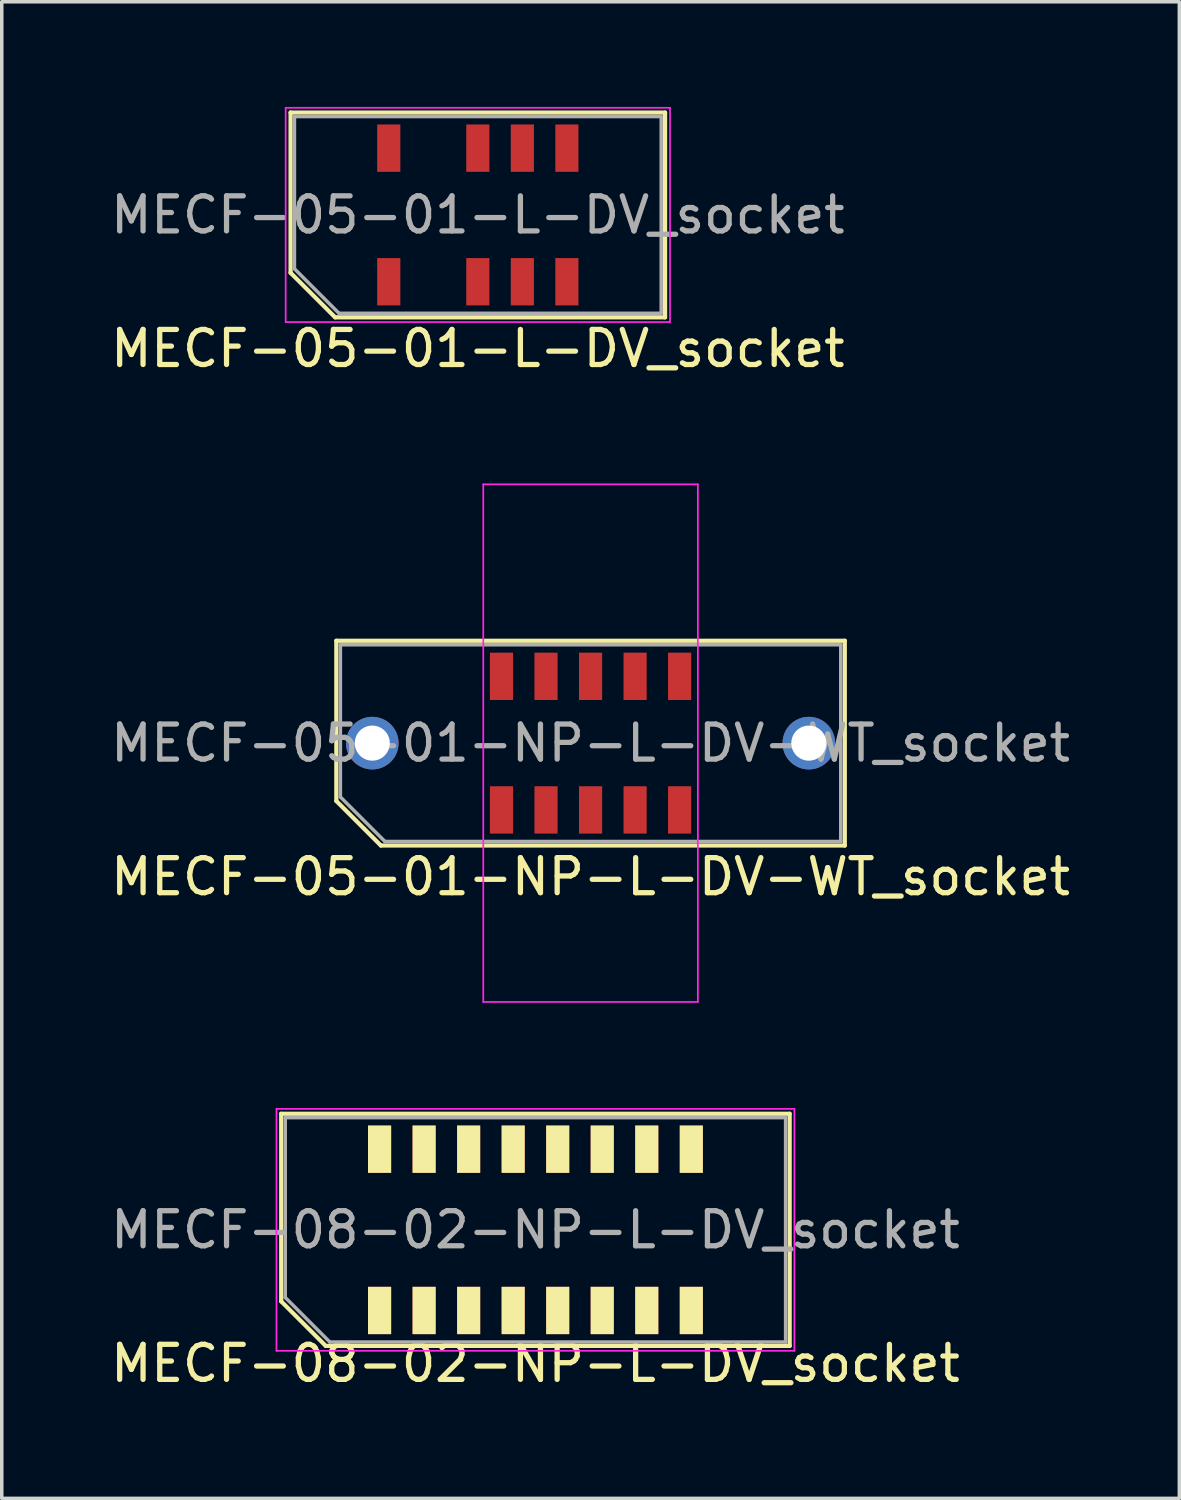
<source format=kicad_pcb>
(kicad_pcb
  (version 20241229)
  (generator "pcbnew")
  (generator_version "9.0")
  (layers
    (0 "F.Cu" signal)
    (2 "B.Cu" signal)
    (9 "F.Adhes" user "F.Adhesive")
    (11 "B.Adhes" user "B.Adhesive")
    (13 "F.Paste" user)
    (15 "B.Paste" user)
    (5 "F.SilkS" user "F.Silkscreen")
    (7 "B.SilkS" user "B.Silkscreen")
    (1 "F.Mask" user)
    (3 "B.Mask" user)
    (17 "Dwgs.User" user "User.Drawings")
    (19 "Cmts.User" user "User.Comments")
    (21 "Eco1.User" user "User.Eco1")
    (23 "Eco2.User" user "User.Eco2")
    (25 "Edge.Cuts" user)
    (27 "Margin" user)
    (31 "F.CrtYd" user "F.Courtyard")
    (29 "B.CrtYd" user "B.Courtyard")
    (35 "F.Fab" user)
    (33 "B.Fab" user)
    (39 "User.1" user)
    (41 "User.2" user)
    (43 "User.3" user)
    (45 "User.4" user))
  (footprint "MECF-05-01-L-DV_socket"
    (layer "F.Cu")
    (at 10.577 3.08)
    (property "Reference" "MECF-05-01-L-DV_socket" (at 0 3.81 0) (layer "F.SilkS") (effects (font (size 1 1) (thickness 0.15))))
    (attr smd)
    (fp_line (start -5.34 -2.92) (end 5.34 -2.92) (stroke (width 0.12) (type solid)) (layer "F.SilkS"))
    (fp_line (start -5.34 1.65) (end -5.34 -2.92) (stroke (width 0.12) (type solid)) (layer "F.SilkS"))
    (fp_line (start -4.07 2.92) (end -5.34 1.65) (stroke (width 0.12) (type solid)) (layer "F.SilkS"))
    (fp_line (start -4.07 2.92) (end 5.34 2.92) (stroke (width 0.12) (type solid)) (layer "F.SilkS"))
    (fp_line (start 5.34 2.92) (end 5.34 -2.92) (stroke (width 0.12) (type solid)) (layer "F.SilkS"))
    (fp_line (start -5.48 -3.055) (end -5.48 3.055) (stroke (width 0.05) (type solid)) (layer "F.CrtYd"))
    (fp_line (start -5.48 3.055) (end 5.48 3.055) (stroke (width 0.05) (type solid)) (layer "F.CrtYd"))
    (fp_line (start 5.48 -3.055) (end -5.48 -3.055) (stroke (width 0.05) (type solid)) (layer "F.CrtYd"))
    (fp_line (start 5.48 3.055) (end 5.48 -3.055) (stroke (width 0.05) (type solid)) (layer "F.CrtYd"))
    (fp_line (start -5.23 -2.805) (end 5.23 -2.805) (stroke (width 0.1) (type solid)) (layer "F.Fab"))
    (fp_line (start -5.23 1.535) (end -5.23 -2.805) (stroke (width 0.1) (type solid)) (layer "F.Fab"))
    (fp_line (start -5.23 1.535) (end -3.96 2.805) (stroke (width 0.1) (type solid)) (layer "F.Fab"))
    (fp_line (start -3.96 2.805) (end 5.23 2.805) (stroke (width 0.1) (type solid)) (layer "F.Fab"))
    (fp_line (start 5.23 2.805) (end 5.23 -2.805) (stroke (width 0.1) (type solid)) (layer "F.Fab"))
    (fp_text user "${REFERENCE}" (at 0 0 0) (layer "F.Fab") (effects (font (size 1 1) (thickness 0.15))))
    (pad "" np_thru_hole circle (at -4.32 0) (size 0.001 0.001) (drill 1.45) (layers "*.Cu" "*.Mask" "F.SilkS"))
    (pad "" np_thru_hole circle (at 4.32 1) (size 0.001 0.001) (drill 1.45) (layers "*.Cu" "*.Mask" "F.SilkS"))
    (pad "1" smd rect (at -2.54 1.905) (size 0.66 1.35) (layers "F.Cu" "F.Mask" "F.Paste"))
    (pad "2" smd rect (at -2.54 -1.905) (size 0.66 1.35) (layers "F.Cu" "F.Mask" "F.Paste"))
    (pad "5" smd rect (at 0 1.905) (size 0.66 1.35) (layers "F.Cu" "F.Mask" "F.Paste"))
    (pad "6" smd rect (at 0 -1.905) (size 0.66 1.35) (layers "F.Cu" "F.Mask" "F.Paste"))
    (pad "7" smd rect (at 1.27 1.905) (size 0.66 1.35) (layers "F.Cu" "F.Mask" "F.Paste"))
    (pad "8" smd rect (at 1.27 -1.905) (size 0.66 1.35) (layers "F.Cu" "F.Mask" "F.Paste"))
    (pad "9" smd rect (at 2.54 1.905) (size 0.66 1.35) (layers "F.Cu" "F.Mask" "F.Paste"))
    (pad "10" smd rect (at 2.54 -1.905) (size 0.66 1.35) (layers "F.Cu" "F.Mask" "F.Paste")))
  (footprint "MECF-05-01-NP-L-DV-WT_socket"
    (layer "F.Cu")
    (at 13.792 18.143)
    (property "Reference" "MECF-05-01-NP-L-DV-WT_socket" (at 0 3.81 0) (layer "F.SilkS") (effects (font (size 1 1) (thickness 0.15))))
    (attr smd)
    (fp_line (start -7.25 -2.92) (end 7.25 -2.92) (stroke (width 0.12) (type solid)) (layer "F.SilkS"))
    (fp_line (start -7.25 1.65) (end -7.25 -2.92) (stroke (width 0.12) (type solid)) (layer "F.SilkS"))
    (fp_line (start -5.98 2.92) (end -7.25 1.65) (stroke (width 0.12) (type solid)) (layer "F.SilkS"))
    (fp_line (start -5.98 2.92) (end 7.25 2.92) (stroke (width 0.12) (type solid)) (layer "F.SilkS"))
    (fp_line (start 7.25 2.92) (end 7.25 -2.92) (stroke (width 0.12) (type solid)) (layer "F.SilkS"))
    (fp_line (start -3.06 -7.38) (end -3.06 7.38) (stroke (width 0.05) (type solid)) (layer "F.CrtYd"))
    (fp_line (start -3.06 7.38) (end 3.06 7.38) (stroke (width 0.05) (type solid)) (layer "F.CrtYd"))
    (fp_line (start 3.06 -7.38) (end -3.06 -7.38) (stroke (width 0.05) (type solid)) (layer "F.CrtYd"))
    (fp_line (start 3.06 7.38) (end 3.06 -7.38) (stroke (width 0.05) (type solid)) (layer "F.CrtYd"))
    (fp_line (start -7.135 -2.805) (end 7.135 -2.805) (stroke (width 0.1) (type solid)) (layer "F.Fab"))
    (fp_line (start -7.135 1.535) (end -7.135 -2.805) (stroke (width 0.1) (type solid)) (layer "F.Fab"))
    (fp_line (start -7.135 1.535) (end -5.865 2.805) (stroke (width 0.1) (type solid)) (layer "F.Fab"))
    (fp_line (start -5.865 2.805) (end 7.135 2.805) (stroke (width 0.1) (type solid)) (layer "F.Fab"))
    (fp_line (start 7.135 2.805) (end 7.135 -2.805) (stroke (width 0.1) (type solid)) (layer "F.Fab"))
    (fp_text user "${REFERENCE}" (at 0 0 0) (layer "F.Fab") (effects (font (size 1 1) (thickness 0.15))))
    (pad "" np_thru_hole circle (at -4.32 0) (size 0.001 0.001) (drill 1.45) (layers "*.Cu" "*.Mask"))
    (pad "" np_thru_hole circle (at 4.32 1) (size 0.001 0.001) (drill 1.45) (layers "*.Cu" "*.Mask"))
    (pad "1" smd rect (at -2.54 1.905) (size 0.66 1.35) (layers "F.Cu" "F.Mask" "F.Paste"))
    (pad "2" smd rect (at -2.54 -1.905) (size 0.66 1.35) (layers "F.Cu" "F.Mask" "F.Paste"))
    (pad "3" smd rect (at -1.27 1.905) (size 0.66 1.35) (layers "F.Cu" "F.Mask" "F.Paste"))
    (pad "4" smd rect (at -1.27 -1.905) (size 0.66 1.35) (layers "F.Cu" "F.Mask" "F.Paste"))
    (pad "5" smd rect (at 0 1.905) (size 0.66 1.35) (layers "F.Cu" "F.Mask" "F.Paste"))
    (pad "6" smd rect (at 0 -1.905) (size 0.66 1.35) (layers "F.Cu" "F.Mask" "F.Paste"))
    (pad "7" smd rect (at 1.27 1.905) (size 0.66 1.35) (layers "F.Cu" "F.Mask" "F.Paste"))
    (pad "8" smd rect (at 1.27 -1.905) (size 0.66 1.35) (layers "F.Cu" "F.Mask" "F.Paste"))
    (pad "9" smd rect (at 2.54 1.905) (size 0.66 1.35) (layers "F.Cu" "F.Mask" "F.Paste"))
    (pad "10" smd rect (at 2.54 -1.905) (size 0.66 1.35) (layers "F.Cu" "F.Mask" "F.Paste"))
    (pad "None" thru_hole circle (at -6.225 0) (size 1.5 1.5) (drill 1) (layers "*.Cu" "*.Mask"))
    (pad "None" thru_hole circle (at 6.225 0) (size 1.5 1.5) (drill 1) (layers "*.Cu" "*.Mask")))
  (footprint "MECF-08-02-NP-L-DV_socket"
    (layer "F.Cu")
    (at 12.22 32.023)
    (property "Reference" "MECF-08-02-NP-L-DV_socket" (at 0 3.81 0) (layer "F.SilkS") (effects (font (size 1 1) (thickness 0.15))))
    (attr through_hole)
    (fp_line (start -7.25 -3.31) (end 7.25 -3.31) (stroke (width 0.12) (type solid)) (layer "F.SilkS"))
    (fp_line (start -7.25 2.04) (end -7.25 -3.31) (stroke (width 0.12) (type solid)) (layer "F.SilkS"))
    (fp_line (start -5.98 3.31) (end -7.25 2.04) (stroke (width 0.12) (type solid)) (layer "F.SilkS"))
    (fp_line (start -5.98 3.31) (end 7.25 3.31) (stroke (width 0.12) (type solid)) (layer "F.SilkS"))
    (fp_line (start 7.25 3.31) (end 7.25 -3.31) (stroke (width 0.12) (type solid)) (layer "F.SilkS"))
    (fp_line (start -7.385 -3.45) (end -7.385 3.45) (stroke (width 0.05) (type solid)) (layer "F.CrtYd"))
    (fp_line (start -7.385 3.45) (end 7.385 3.45) (stroke (width 0.05) (type solid)) (layer "F.CrtYd"))
    (fp_line (start 7.385 -3.45) (end -7.385 -3.45) (stroke (width 0.05) (type solid)) (layer "F.CrtYd"))
    (fp_line (start 7.385 3.45) (end 7.385 -3.45) (stroke (width 0.05) (type solid)) (layer "F.CrtYd"))
    (fp_line (start -7.135 -3.2) (end 7.135 -3.2) (stroke (width 0.1) (type solid)) (layer "F.Fab"))
    (fp_line (start -7.135 1.93) (end -7.135 -3.2) (stroke (width 0.1) (type solid)) (layer "F.Fab"))
    (fp_line (start -7.135 1.93) (end -5.865 3.2) (stroke (width 0.1) (type solid)) (layer "F.Fab"))
    (fp_line (start -5.865 3.2) (end 7.135 3.2) (stroke (width 0.1) (type solid)) (layer "F.Fab"))
    (fp_line (start 7.135 3.2) (end 7.135 -3.2) (stroke (width 0.1) (type solid)) (layer "F.Fab"))
    (fp_text user "${REFERENCE}" (at 0 0 0) (layer "F.Fab") (effects (font (size 1 1) (thickness 0.15))))
    (pad "" np_thru_hole circle (at -6.225 0) (size 0.001 0.001) (drill 1.45) (layers "*.Cu" "*.Mask" "F.SilkS"))
    (pad "" np_thru_hole circle (at 6.225 1) (size 0.001 0.001) (drill 1.45) (layers "*.Cu" "*.Mask" "F.SilkS"))
    (pad "1" smd rect (at -4.445 2.3) (size 0.66 1.35) (layers "F.Cu" "F.Mask" "F.SilkS"))
    (pad "2" smd rect (at -4.445 -2.3) (size 0.66 1.35) (layers "F.Cu" "F.Mask" "F.SilkS"))
    (pad "3" smd rect (at -3.175 2.3) (size 0.66 1.35) (layers "F.Cu" "F.Mask" "F.SilkS"))
    (pad "4" smd rect (at -3.175 -2.3) (size 0.66 1.35) (layers "F.Cu" "F.Mask" "F.SilkS"))
    (pad "5" smd rect (at -1.905 2.3) (size 0.66 1.35) (layers "F.Cu" "F.Mask" "F.SilkS"))
    (pad "6" smd rect (at -1.905 -2.3) (size 0.66 1.35) (layers "F.Cu" "F.Mask" "F.SilkS"))
    (pad "7" smd rect (at -0.635 2.3) (size 0.66 1.35) (layers "F.Cu" "F.Mask" "F.SilkS"))
    (pad "8" smd rect (at -0.635 -2.3) (size 0.66 1.35) (layers "F.Cu" "F.Mask" "F.SilkS"))
    (pad "9" smd rect (at 0.635 2.3) (size 0.66 1.35) (layers "F.Cu" "F.Mask" "F.SilkS"))
    (pad "10" smd rect (at 0.635 -2.3) (size 0.66 1.35) (layers "F.Cu" "F.Mask" "F.SilkS"))
    (pad "11" smd rect (at 1.905 2.3) (size 0.66 1.35) (layers "F.Cu" "F.Mask" "F.SilkS"))
    (pad "12" smd rect (at 1.905 -2.3) (size 0.66 1.35) (layers "F.Cu" "F.Mask" "F.SilkS"))
    (pad "13" smd rect (at 3.175 2.3) (size 0.66 1.35) (layers "F.Cu" "F.Mask" "F.SilkS"))
    (pad "14" smd rect (at 3.175 -2.3) (size 0.66 1.35) (layers "F.Cu" "F.Mask" "F.SilkS"))
    (pad "15" smd rect (at 4.445 2.3) (size 0.66 1.35) (layers "F.Cu" "F.Mask" "F.SilkS"))
    (pad "16" smd rect (at 4.445 -2.3) (size 0.66 1.35) (layers "F.Cu" "F.Mask" "F.SilkS")))
  (gr_rect
    (start -3 -3)
    (end 30.583 39.681)
    (stroke (width 0.1) (type default))
    (fill no)
    (layer "Edge.Cuts")))
</source>
